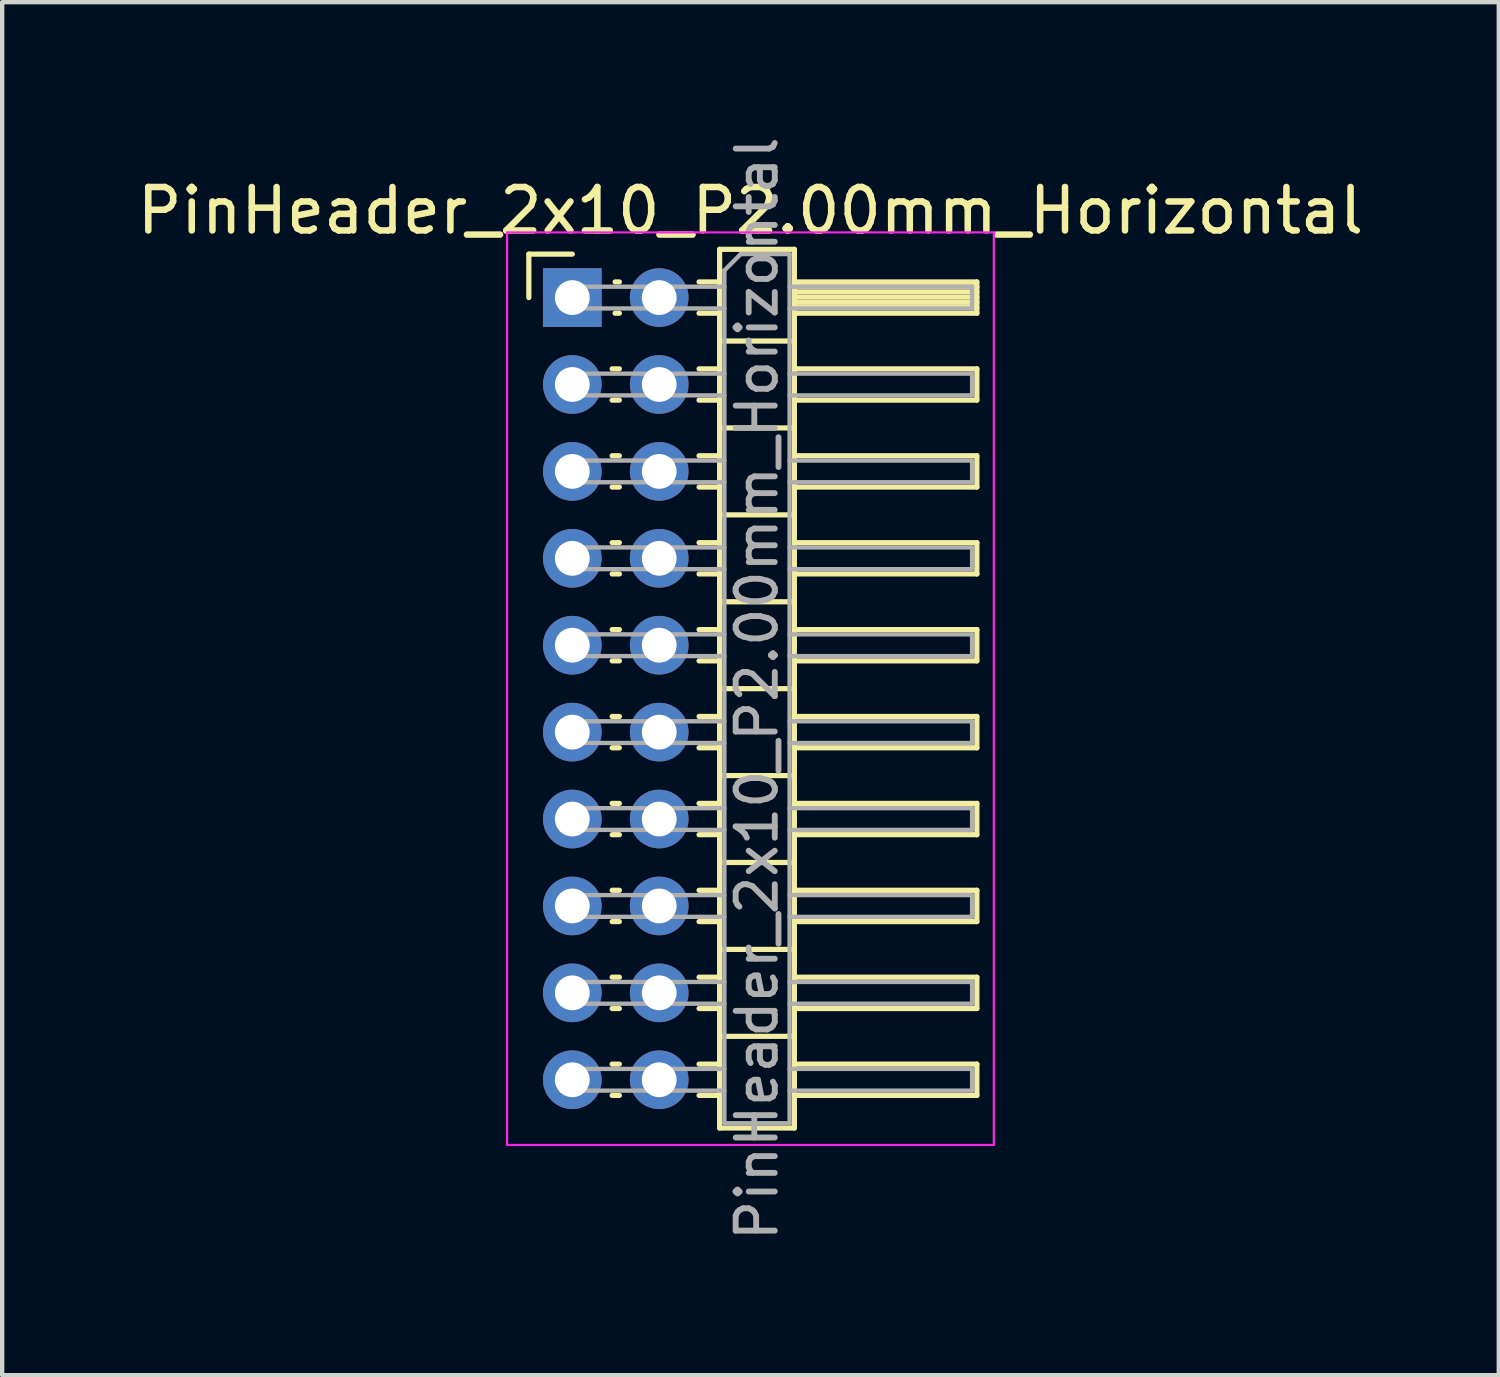
<source format=kicad_pcb>
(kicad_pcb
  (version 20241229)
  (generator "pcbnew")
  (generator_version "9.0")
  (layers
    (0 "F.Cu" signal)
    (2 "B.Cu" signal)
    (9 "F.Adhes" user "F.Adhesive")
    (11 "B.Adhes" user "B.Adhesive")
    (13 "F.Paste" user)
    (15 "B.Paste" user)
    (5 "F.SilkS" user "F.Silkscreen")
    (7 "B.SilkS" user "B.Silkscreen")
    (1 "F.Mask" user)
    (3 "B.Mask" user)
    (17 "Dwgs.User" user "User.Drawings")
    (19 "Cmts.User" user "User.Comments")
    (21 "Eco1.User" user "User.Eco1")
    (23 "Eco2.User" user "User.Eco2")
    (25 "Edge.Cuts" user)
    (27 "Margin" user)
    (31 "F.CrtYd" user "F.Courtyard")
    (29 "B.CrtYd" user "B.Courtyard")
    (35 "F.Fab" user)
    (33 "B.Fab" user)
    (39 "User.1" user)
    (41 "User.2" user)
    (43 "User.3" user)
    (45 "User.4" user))
  (footprint "PinHeader_2x10_P2.00mm_Horizontal"
    (layer "F.Cu")
    (at 10.12 3.798)
    (property "Reference" "PinHeader_2x10_P2.00mm_Horizontal" (at 4.1 -2 0) (layer "F.SilkS") (effects (font (size 1 1) (thickness 0.15))))
    (attr through_hole)
    (fp_line (start -1 -1) (end 0 -1) (stroke (width 0.12) (type solid)) (layer "F.SilkS"))
    (fp_line (start -1 0) (end -1 -1) (stroke (width 0.12) (type solid)) (layer "F.SilkS"))
    (fp_line (start 0.917 1.64) (end 1.083 1.64) (stroke (width 0.12) (type solid)) (layer "F.SilkS"))
    (fp_line (start 0.917 2.36) (end 1.083 2.36) (stroke (width 0.12) (type solid)) (layer "F.SilkS"))
    (fp_line (start 0.917 3.64) (end 1.083 3.64) (stroke (width 0.12) (type solid)) (layer "F.SilkS"))
    (fp_line (start 0.917 4.36) (end 1.083 4.36) (stroke (width 0.12) (type solid)) (layer "F.SilkS"))
    (fp_line (start 0.917 5.64) (end 1.083 5.64) (stroke (width 0.12) (type solid)) (layer "F.SilkS"))
    (fp_line (start 0.917 6.36) (end 1.083 6.36) (stroke (width 0.12) (type solid)) (layer "F.SilkS"))
    (fp_line (start 0.917 7.64) (end 1.083 7.64) (stroke (width 0.12) (type solid)) (layer "F.SilkS"))
    (fp_line (start 0.917 8.36) (end 1.083 8.36) (stroke (width 0.12) (type solid)) (layer "F.SilkS"))
    (fp_line (start 0.917 9.64) (end 1.083 9.64) (stroke (width 0.12) (type solid)) (layer "F.SilkS"))
    (fp_line (start 0.917 10.36) (end 1.083 10.36) (stroke (width 0.12) (type solid)) (layer "F.SilkS"))
    (fp_line (start 0.917 11.64) (end 1.083 11.64) (stroke (width 0.12) (type solid)) (layer "F.SilkS"))
    (fp_line (start 0.917 12.36) (end 1.083 12.36) (stroke (width 0.12) (type solid)) (layer "F.SilkS"))
    (fp_line (start 0.917 13.64) (end 1.083 13.64) (stroke (width 0.12) (type solid)) (layer "F.SilkS"))
    (fp_line (start 0.917 14.36) (end 1.083 14.36) (stroke (width 0.12) (type solid)) (layer "F.SilkS"))
    (fp_line (start 0.917 15.64) (end 1.083 15.64) (stroke (width 0.12) (type solid)) (layer "F.SilkS"))
    (fp_line (start 0.917 16.36) (end 1.083 16.36) (stroke (width 0.12) (type solid)) (layer "F.SilkS"))
    (fp_line (start 0.917 17.64) (end 1.083 17.64) (stroke (width 0.12) (type solid)) (layer "F.SilkS"))
    (fp_line (start 0.917 18.36) (end 1.083 18.36) (stroke (width 0.12) (type solid)) (layer "F.SilkS"))
    (fp_line (start 0.985 -0.36) (end 1.083 -0.36) (stroke (width 0.12) (type solid)) (layer "F.SilkS"))
    (fp_line (start 0.985 0.36) (end 1.083 0.36) (stroke (width 0.12) (type solid)) (layer "F.SilkS"))
    (fp_line (start 2.917 -0.36) (end 3.39 -0.36) (stroke (width 0.12) (type solid)) (layer "F.SilkS"))
    (fp_line (start 2.917 0.36) (end 3.39 0.36) (stroke (width 0.12) (type solid)) (layer "F.SilkS"))
    (fp_line (start 2.917 1.64) (end 3.39 1.64) (stroke (width 0.12) (type solid)) (layer "F.SilkS"))
    (fp_line (start 2.917 2.36) (end 3.39 2.36) (stroke (width 0.12) (type solid)) (layer "F.SilkS"))
    (fp_line (start 2.917 3.64) (end 3.39 3.64) (stroke (width 0.12) (type solid)) (layer "F.SilkS"))
    (fp_line (start 2.917 4.36) (end 3.39 4.36) (stroke (width 0.12) (type solid)) (layer "F.SilkS"))
    (fp_line (start 2.917 5.64) (end 3.39 5.64) (stroke (width 0.12) (type solid)) (layer "F.SilkS"))
    (fp_line (start 2.917 6.36) (end 3.39 6.36) (stroke (width 0.12) (type solid)) (layer "F.SilkS"))
    (fp_line (start 2.917 7.64) (end 3.39 7.64) (stroke (width 0.12) (type solid)) (layer "F.SilkS"))
    (fp_line (start 2.917 8.36) (end 3.39 8.36) (stroke (width 0.12) (type solid)) (layer "F.SilkS"))
    (fp_line (start 2.917 9.64) (end 3.39 9.64) (stroke (width 0.12) (type solid)) (layer "F.SilkS"))
    (fp_line (start 2.917 10.36) (end 3.39 10.36) (stroke (width 0.12) (type solid)) (layer "F.SilkS"))
    (fp_line (start 2.917 11.64) (end 3.39 11.64) (stroke (width 0.12) (type solid)) (layer "F.SilkS"))
    (fp_line (start 2.917 12.36) (end 3.39 12.36) (stroke (width 0.12) (type solid)) (layer "F.SilkS"))
    (fp_line (start 2.917 13.64) (end 3.39 13.64) (stroke (width 0.12) (type solid)) (layer "F.SilkS"))
    (fp_line (start 2.917 14.36) (end 3.39 14.36) (stroke (width 0.12) (type solid)) (layer "F.SilkS"))
    (fp_line (start 2.917 15.64) (end 3.39 15.64) (stroke (width 0.12) (type solid)) (layer "F.SilkS"))
    (fp_line (start 2.917 16.36) (end 3.39 16.36) (stroke (width 0.12) (type solid)) (layer "F.SilkS"))
    (fp_line (start 2.917 17.64) (end 3.39 17.64) (stroke (width 0.12) (type solid)) (layer "F.SilkS"))
    (fp_line (start 2.917 18.36) (end 3.39 18.36) (stroke (width 0.12) (type solid)) (layer "F.SilkS"))
    (fp_line (start 3.39 -1.11) (end 3.39 19.11) (stroke (width 0.12) (type solid)) (layer "F.SilkS"))
    (fp_line (start 3.39 1) (end 5.11 1) (stroke (width 0.12) (type solid)) (layer "F.SilkS"))
    (fp_line (start 3.39 3) (end 5.11 3) (stroke (width 0.12) (type solid)) (layer "F.SilkS"))
    (fp_line (start 3.39 5) (end 5.11 5) (stroke (width 0.12) (type solid)) (layer "F.SilkS"))
    (fp_line (start 3.39 7) (end 5.11 7) (stroke (width 0.12) (type solid)) (layer "F.SilkS"))
    (fp_line (start 3.39 9) (end 5.11 9) (stroke (width 0.12) (type solid)) (layer "F.SilkS"))
    (fp_line (start 3.39 11) (end 5.11 11) (stroke (width 0.12) (type solid)) (layer "F.SilkS"))
    (fp_line (start 3.39 13) (end 5.11 13) (stroke (width 0.12) (type solid)) (layer "F.SilkS"))
    (fp_line (start 3.39 15) (end 5.11 15) (stroke (width 0.12) (type solid)) (layer "F.SilkS"))
    (fp_line (start 3.39 17) (end 5.11 17) (stroke (width 0.12) (type solid)) (layer "F.SilkS"))
    (fp_line (start 3.39 19.11) (end 5.11 19.11) (stroke (width 0.12) (type solid)) (layer "F.SilkS"))
    (fp_line (start 5.11 -1.11) (end 3.39 -1.11) (stroke (width 0.12) (type solid)) (layer "F.SilkS"))
    (fp_line (start 5.11 -0.36) (end 9.31 -0.36) (stroke (width 0.12) (type solid)) (layer "F.SilkS"))
    (fp_line (start 5.11 -0.25) (end 9.31 -0.25) (stroke (width 0.12) (type solid)) (layer "F.SilkS"))
    (fp_line (start 5.11 -0.13) (end 9.31 -0.13) (stroke (width 0.12) (type solid)) (layer "F.SilkS"))
    (fp_line (start 5.11 -0.01) (end 9.31 -0.01) (stroke (width 0.12) (type solid)) (layer "F.SilkS"))
    (fp_line (start 5.11 0.11) (end 9.31 0.11) (stroke (width 0.12) (type solid)) (layer "F.SilkS"))
    (fp_line (start 5.11 0.23) (end 9.31 0.23) (stroke (width 0.12) (type solid)) (layer "F.SilkS"))
    (fp_line (start 5.11 1.64) (end 9.31 1.64) (stroke (width 0.12) (type solid)) (layer "F.SilkS"))
    (fp_line (start 5.11 3.64) (end 9.31 3.64) (stroke (width 0.12) (type solid)) (layer "F.SilkS"))
    (fp_line (start 5.11 5.64) (end 9.31 5.64) (stroke (width 0.12) (type solid)) (layer "F.SilkS"))
    (fp_line (start 5.11 7.64) (end 9.31 7.64) (stroke (width 0.12) (type solid)) (layer "F.SilkS"))
    (fp_line (start 5.11 9.64) (end 9.31 9.64) (stroke (width 0.12) (type solid)) (layer "F.SilkS"))
    (fp_line (start 5.11 11.64) (end 9.31 11.64) (stroke (width 0.12) (type solid)) (layer "F.SilkS"))
    (fp_line (start 5.11 13.64) (end 9.31 13.64) (stroke (width 0.12) (type solid)) (layer "F.SilkS"))
    (fp_line (start 5.11 15.64) (end 9.31 15.64) (stroke (width 0.12) (type solid)) (layer "F.SilkS"))
    (fp_line (start 5.11 17.64) (end 9.31 17.64) (stroke (width 0.12) (type solid)) (layer "F.SilkS"))
    (fp_line (start 5.11 19.11) (end 5.11 -1.11) (stroke (width 0.12) (type solid)) (layer "F.SilkS"))
    (fp_line (start 9.31 -0.36) (end 9.31 0.36) (stroke (width 0.12) (type solid)) (layer "F.SilkS"))
    (fp_line (start 9.31 0.36) (end 5.11 0.36) (stroke (width 0.12) (type solid)) (layer "F.SilkS"))
    (fp_line (start 9.31 1.64) (end 9.31 2.36) (stroke (width 0.12) (type solid)) (layer "F.SilkS"))
    (fp_line (start 9.31 2.36) (end 5.11 2.36) (stroke (width 0.12) (type solid)) (layer "F.SilkS"))
    (fp_line (start 9.31 3.64) (end 9.31 4.36) (stroke (width 0.12) (type solid)) (layer "F.SilkS"))
    (fp_line (start 9.31 4.36) (end 5.11 4.36) (stroke (width 0.12) (type solid)) (layer "F.SilkS"))
    (fp_line (start 9.31 5.64) (end 9.31 6.36) (stroke (width 0.12) (type solid)) (layer "F.SilkS"))
    (fp_line (start 9.31 6.36) (end 5.11 6.36) (stroke (width 0.12) (type solid)) (layer "F.SilkS"))
    (fp_line (start 9.31 7.64) (end 9.31 8.36) (stroke (width 0.12) (type solid)) (layer "F.SilkS"))
    (fp_line (start 9.31 8.36) (end 5.11 8.36) (stroke (width 0.12) (type solid)) (layer "F.SilkS"))
    (fp_line (start 9.31 9.64) (end 9.31 10.36) (stroke (width 0.12) (type solid)) (layer "F.SilkS"))
    (fp_line (start 9.31 10.36) (end 5.11 10.36) (stroke (width 0.12) (type solid)) (layer "F.SilkS"))
    (fp_line (start 9.31 11.64) (end 9.31 12.36) (stroke (width 0.12) (type solid)) (layer "F.SilkS"))
    (fp_line (start 9.31 12.36) (end 5.11 12.36) (stroke (width 0.12) (type solid)) (layer "F.SilkS"))
    (fp_line (start 9.31 13.64) (end 9.31 14.36) (stroke (width 0.12) (type solid)) (layer "F.SilkS"))
    (fp_line (start 9.31 14.36) (end 5.11 14.36) (stroke (width 0.12) (type solid)) (layer "F.SilkS"))
    (fp_line (start 9.31 15.64) (end 9.31 16.36) (stroke (width 0.12) (type solid)) (layer "F.SilkS"))
    (fp_line (start 9.31 16.36) (end 5.11 16.36) (stroke (width 0.12) (type solid)) (layer "F.SilkS"))
    (fp_line (start 9.31 17.64) (end 9.31 18.36) (stroke (width 0.12) (type solid)) (layer "F.SilkS"))
    (fp_line (start 9.31 18.36) (end 5.11 18.36) (stroke (width 0.12) (type solid)) (layer "F.SilkS"))
    (fp_line (start -1.5 -1.5) (end -1.5 19.5) (stroke (width 0.05) (type solid)) (layer "F.CrtYd"))
    (fp_line (start -1.5 19.5) (end 9.7 19.5) (stroke (width 0.05) (type solid)) (layer "F.CrtYd"))
    (fp_line (start 9.7 -1.5) (end -1.5 -1.5) (stroke (width 0.05) (type solid)) (layer "F.CrtYd"))
    (fp_line (start 9.7 19.5) (end 9.7 -1.5) (stroke (width 0.05) (type solid)) (layer "F.CrtYd"))
    (fp_line (start -0.25 -0.25) (end -0.25 0.25) (stroke (width 0.1) (type solid)) (layer "F.Fab"))
    (fp_line (start -0.25 -0.25) (end 3.5 -0.25) (stroke (width 0.1) (type solid)) (layer "F.Fab"))
    (fp_line (start -0.25 0.25) (end 3.5 0.25) (stroke (width 0.1) (type solid)) (layer "F.Fab"))
    (fp_line (start -0.25 1.75) (end -0.25 2.25) (stroke (width 0.1) (type solid)) (layer "F.Fab"))
    (fp_line (start -0.25 1.75) (end 3.5 1.75) (stroke (width 0.1) (type solid)) (layer "F.Fab"))
    (fp_line (start -0.25 2.25) (end 3.5 2.25) (stroke (width 0.1) (type solid)) (layer "F.Fab"))
    (fp_line (start -0.25 3.75) (end -0.25 4.25) (stroke (width 0.1) (type solid)) (layer "F.Fab"))
    (fp_line (start -0.25 3.75) (end 3.5 3.75) (stroke (width 0.1) (type solid)) (layer "F.Fab"))
    (fp_line (start -0.25 4.25) (end 3.5 4.25) (stroke (width 0.1) (type solid)) (layer "F.Fab"))
    (fp_line (start -0.25 5.75) (end -0.25 6.25) (stroke (width 0.1) (type solid)) (layer "F.Fab"))
    (fp_line (start -0.25 5.75) (end 3.5 5.75) (stroke (width 0.1) (type solid)) (layer "F.Fab"))
    (fp_line (start -0.25 6.25) (end 3.5 6.25) (stroke (width 0.1) (type solid)) (layer "F.Fab"))
    (fp_line (start -0.25 7.75) (end -0.25 8.25) (stroke (width 0.1) (type solid)) (layer "F.Fab"))
    (fp_line (start -0.25 7.75) (end 3.5 7.75) (stroke (width 0.1) (type solid)) (layer "F.Fab"))
    (fp_line (start -0.25 8.25) (end 3.5 8.25) (stroke (width 0.1) (type solid)) (layer "F.Fab"))
    (fp_line (start -0.25 9.75) (end -0.25 10.25) (stroke (width 0.1) (type solid)) (layer "F.Fab"))
    (fp_line (start -0.25 9.75) (end 3.5 9.75) (stroke (width 0.1) (type solid)) (layer "F.Fab"))
    (fp_line (start -0.25 10.25) (end 3.5 10.25) (stroke (width 0.1) (type solid)) (layer "F.Fab"))
    (fp_line (start -0.25 11.75) (end -0.25 12.25) (stroke (width 0.1) (type solid)) (layer "F.Fab"))
    (fp_line (start -0.25 11.75) (end 3.5 11.75) (stroke (width 0.1) (type solid)) (layer "F.Fab"))
    (fp_line (start -0.25 12.25) (end 3.5 12.25) (stroke (width 0.1) (type solid)) (layer "F.Fab"))
    (fp_line (start -0.25 13.75) (end -0.25 14.25) (stroke (width 0.1) (type solid)) (layer "F.Fab"))
    (fp_line (start -0.25 13.75) (end 3.5 13.75) (stroke (width 0.1) (type solid)) (layer "F.Fab"))
    (fp_line (start -0.25 14.25) (end 3.5 14.25) (stroke (width 0.1) (type solid)) (layer "F.Fab"))
    (fp_line (start -0.25 15.75) (end -0.25 16.25) (stroke (width 0.1) (type solid)) (layer "F.Fab"))
    (fp_line (start -0.25 15.75) (end 3.5 15.75) (stroke (width 0.1) (type solid)) (layer "F.Fab"))
    (fp_line (start -0.25 16.25) (end 3.5 16.25) (stroke (width 0.1) (type solid)) (layer "F.Fab"))
    (fp_line (start -0.25 17.75) (end -0.25 18.25) (stroke (width 0.1) (type solid)) (layer "F.Fab"))
    (fp_line (start -0.25 17.75) (end 3.5 17.75) (stroke (width 0.1) (type solid)) (layer "F.Fab"))
    (fp_line (start -0.25 18.25) (end 3.5 18.25) (stroke (width 0.1) (type solid)) (layer "F.Fab"))
    (fp_line (start 3.5 -0.625) (end 3.875 -1) (stroke (width 0.1) (type solid)) (layer "F.Fab"))
    (fp_line (start 3.5 19) (end 3.5 -0.625) (stroke (width 0.1) (type solid)) (layer "F.Fab"))
    (fp_line (start 3.875 -1) (end 5 -1) (stroke (width 0.1) (type solid)) (layer "F.Fab"))
    (fp_line (start 5 -1) (end 5 19) (stroke (width 0.1) (type solid)) (layer "F.Fab"))
    (fp_line (start 5 -0.25) (end 9.2 -0.25) (stroke (width 0.1) (type solid)) (layer "F.Fab"))
    (fp_line (start 5 0.25) (end 9.2 0.25) (stroke (width 0.1) (type solid)) (layer "F.Fab"))
    (fp_line (start 5 1.75) (end 9.2 1.75) (stroke (width 0.1) (type solid)) (layer "F.Fab"))
    (fp_line (start 5 2.25) (end 9.2 2.25) (stroke (width 0.1) (type solid)) (layer "F.Fab"))
    (fp_line (start 5 3.75) (end 9.2 3.75) (stroke (width 0.1) (type solid)) (layer "F.Fab"))
    (fp_line (start 5 4.25) (end 9.2 4.25) (stroke (width 0.1) (type solid)) (layer "F.Fab"))
    (fp_line (start 5 5.75) (end 9.2 5.75) (stroke (width 0.1) (type solid)) (layer "F.Fab"))
    (fp_line (start 5 6.25) (end 9.2 6.25) (stroke (width 0.1) (type solid)) (layer "F.Fab"))
    (fp_line (start 5 7.75) (end 9.2 7.75) (stroke (width 0.1) (type solid)) (layer "F.Fab"))
    (fp_line (start 5 8.25) (end 9.2 8.25) (stroke (width 0.1) (type solid)) (layer "F.Fab"))
    (fp_line (start 5 9.75) (end 9.2 9.75) (stroke (width 0.1) (type solid)) (layer "F.Fab"))
    (fp_line (start 5 10.25) (end 9.2 10.25) (stroke (width 0.1) (type solid)) (layer "F.Fab"))
    (fp_line (start 5 11.75) (end 9.2 11.75) (stroke (width 0.1) (type solid)) (layer "F.Fab"))
    (fp_line (start 5 12.25) (end 9.2 12.25) (stroke (width 0.1) (type solid)) (layer "F.Fab"))
    (fp_line (start 5 13.75) (end 9.2 13.75) (stroke (width 0.1) (type solid)) (layer "F.Fab"))
    (fp_line (start 5 14.25) (end 9.2 14.25) (stroke (width 0.1) (type solid)) (layer "F.Fab"))
    (fp_line (start 5 15.75) (end 9.2 15.75) (stroke (width 0.1) (type solid)) (layer "F.Fab"))
    (fp_line (start 5 16.25) (end 9.2 16.25) (stroke (width 0.1) (type solid)) (layer "F.Fab"))
    (fp_line (start 5 17.75) (end 9.2 17.75) (stroke (width 0.1) (type solid)) (layer "F.Fab"))
    (fp_line (start 5 18.25) (end 9.2 18.25) (stroke (width 0.1) (type solid)) (layer "F.Fab"))
    (fp_line (start 5 19) (end 3.5 19) (stroke (width 0.1) (type solid)) (layer "F.Fab"))
    (fp_line (start 9.2 -0.25) (end 9.2 0.25) (stroke (width 0.1) (type solid)) (layer "F.Fab"))
    (fp_line (start 9.2 1.75) (end 9.2 2.25) (stroke (width 0.1) (type solid)) (layer "F.Fab"))
    (fp_line (start 9.2 3.75) (end 9.2 4.25) (stroke (width 0.1) (type solid)) (layer "F.Fab"))
    (fp_line (start 9.2 5.75) (end 9.2 6.25) (stroke (width 0.1) (type solid)) (layer "F.Fab"))
    (fp_line (start 9.2 7.75) (end 9.2 8.25) (stroke (width 0.1) (type solid)) (layer "F.Fab"))
    (fp_line (start 9.2 9.75) (end 9.2 10.25) (stroke (width 0.1) (type solid)) (layer "F.Fab"))
    (fp_line (start 9.2 11.75) (end 9.2 12.25) (stroke (width 0.1) (type solid)) (layer "F.Fab"))
    (fp_line (start 9.2 13.75) (end 9.2 14.25) (stroke (width 0.1) (type solid)) (layer "F.Fab"))
    (fp_line (start 9.2 15.75) (end 9.2 16.25) (stroke (width 0.1) (type solid)) (layer "F.Fab"))
    (fp_line (start 9.2 17.75) (end 9.2 18.25) (stroke (width 0.1) (type solid)) (layer "F.Fab"))
    (fp_text user "${REFERENCE}" (at 4.25 9 90) (layer "F.Fab") (effects (font (size 0.9 0.9) (thickness 0.135))))
    (pad "1" thru_hole rect (at 0 0) (size 1.35 1.35) (drill 0.8) (layers "*.Cu" "*.Mask"))
    (pad "2" thru_hole circle (at 2 0) (size 1.35 1.35) (drill 0.8) (layers "*.Cu" "*.Mask"))
    (pad "3" thru_hole circle (at 0 2) (size 1.35 1.35) (drill 0.8) (layers "*.Cu" "*.Mask"))
    (pad "4" thru_hole circle (at 2 2) (size 1.35 1.35) (drill 0.8) (layers "*.Cu" "*.Mask"))
    (pad "5" thru_hole circle (at 0 4) (size 1.35 1.35) (drill 0.8) (layers "*.Cu" "*.Mask"))
    (pad "6" thru_hole circle (at 2 4) (size 1.35 1.35) (drill 0.8) (layers "*.Cu" "*.Mask"))
    (pad "7" thru_hole circle (at 0 6) (size 1.35 1.35) (drill 0.8) (layers "*.Cu" "*.Mask"))
    (pad "8" thru_hole circle (at 2 6) (size 1.35 1.35) (drill 0.8) (layers "*.Cu" "*.Mask"))
    (pad "9" thru_hole circle (at 0 8) (size 1.35 1.35) (drill 0.8) (layers "*.Cu" "*.Mask"))
    (pad "10" thru_hole circle (at 2 8) (size 1.35 1.35) (drill 0.8) (layers "*.Cu" "*.Mask"))
    (pad "11" thru_hole circle (at 0 10) (size 1.35 1.35) (drill 0.8) (layers "*.Cu" "*.Mask"))
    (pad "12" thru_hole circle (at 2 10) (size 1.35 1.35) (drill 0.8) (layers "*.Cu" "*.Mask"))
    (pad "13" thru_hole circle (at 0 12) (size 1.35 1.35) (drill 0.8) (layers "*.Cu" "*.Mask"))
    (pad "14" thru_hole circle (at 2 12) (size 1.35 1.35) (drill 0.8) (layers "*.Cu" "*.Mask"))
    (pad "15" thru_hole circle (at 0 14) (size 1.35 1.35) (drill 0.8) (layers "*.Cu" "*.Mask"))
    (pad "16" thru_hole circle (at 2 14) (size 1.35 1.35) (drill 0.8) (layers "*.Cu" "*.Mask"))
    (pad "17" thru_hole circle (at 0 16) (size 1.35 1.35) (drill 0.8) (layers "*.Cu" "*.Mask"))
    (pad "18" thru_hole circle (at 2 16) (size 1.35 1.35) (drill 0.8) (layers "*.Cu" "*.Mask"))
    (pad "19" thru_hole circle (at 0 18) (size 1.35 1.35) (drill 0.8) (layers "*.Cu" "*.Mask"))
    (pad "20" thru_hole circle (at 2 18) (size 1.35 1.35) (drill 0.8) (layers "*.Cu" "*.Mask")))
  (gr_rect
    (start -3 -3)
    (end 31.44 28.596)
    (stroke (width 0.1) (type default))
    (fill no)
    (layer "Edge.Cuts")))
</source>
